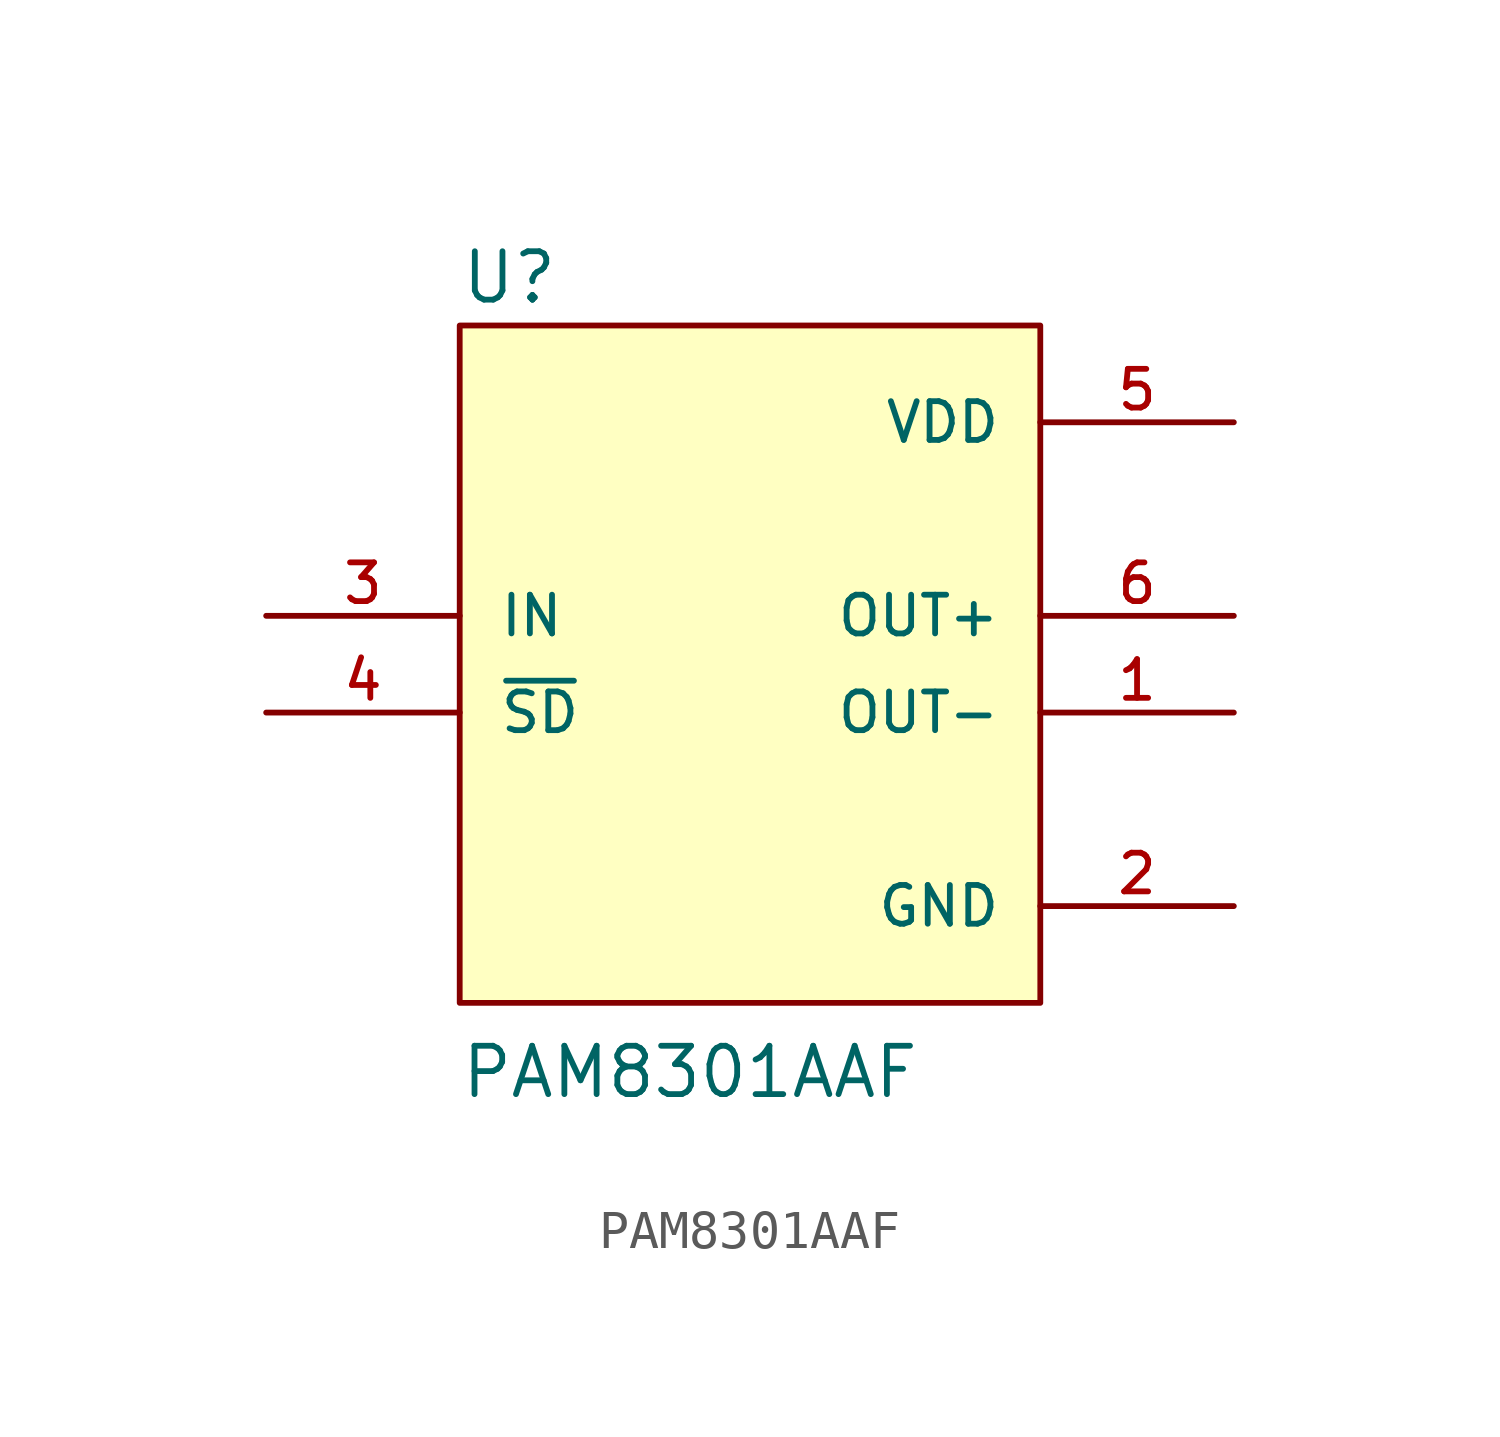
<source format=kicad_sym>
(kicad_symbol_lib
  (version 20211014)
  (generator kicad_symbol_editor)
  (symbol "PAM8301AAF"
    (pin_names
      (offset 1.016))
    (property "Reference" "U"
      (at -7.626 10.676 0)
      (effects (font (size 1.27 1.27)) (justify bottom left)))
    (property "Value" "PAM8301AAF"
      (at -7.634 -10.179 0)
      (effects (font (size 1.27 1.27)) (justify bottom left)))
    (symbol "PAM8301AAF_0_0"
      (rectangle (start -7.62 -7.62) (end 7.62 10.16) (stroke (width 0.152)) (fill (type background)))
      (pin power_in line (at 12.7 7.62 180.0) (length 5.08) (name "VDD" (effects (font (size 1.016 1.016)))) (number "5" (effects (font (size 1.016 1.016)))))
      (pin bidirectional line (at -12.7 0.0 0) (length 5.08) (name "~{SD}" (effects (font (size 1.016 1.016)))) (number "4" (effects (font (size 1.016 1.016)))))
      (pin output line (at 12.7 2.54 180.0) (length 5.08) (name "OUT+" (effects (font (size 1.016 1.016)))) (number "6" (effects (font (size 1.016 1.016)))))
      (pin output line (at 12.7 0.0 180.0) (length 5.08) (name "OUT-" (effects (font (size 1.016 1.016)))) (number "1" (effects (font (size 1.016 1.016)))))
      (pin power_in line (at 12.7 -5.08 180.0) (length 5.08) (name "GND" (effects (font (size 1.016 1.016)))) (number "2" (effects (font (size 1.016 1.016)))))
      (pin input line (at -12.7 2.54 0) (length 5.08) (name "IN" (effects (font (size 1.016 1.016)))) (number "3" (effects (font (size 1.016 1.016))))))))
</source>
